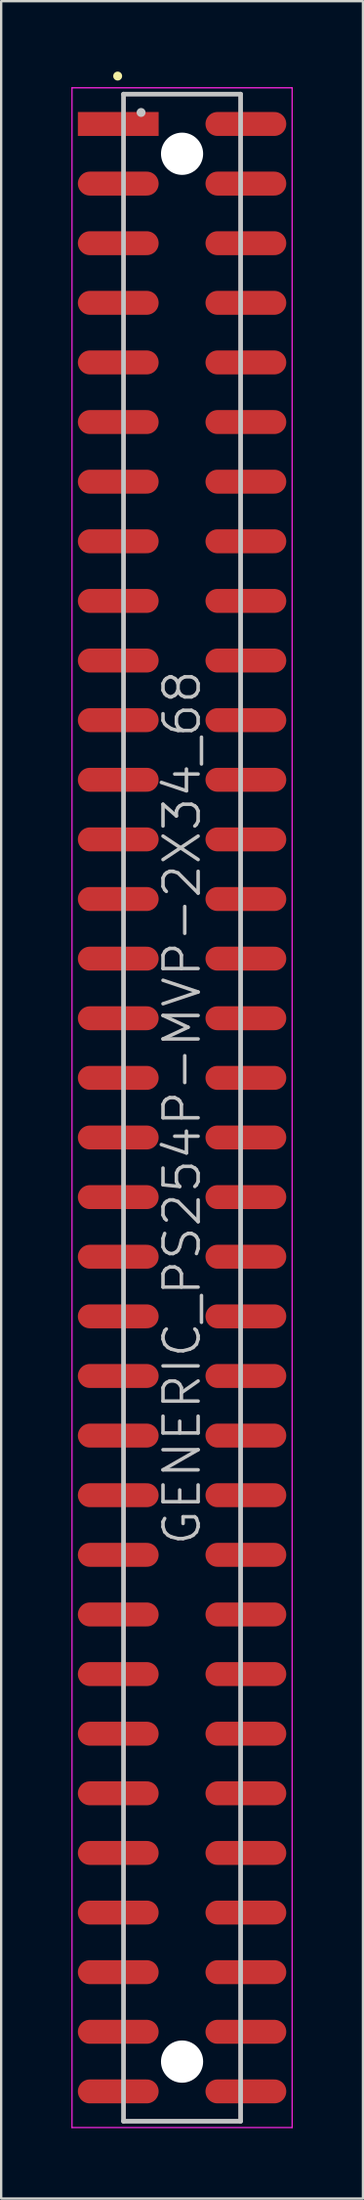
<source format=kicad_pcb>
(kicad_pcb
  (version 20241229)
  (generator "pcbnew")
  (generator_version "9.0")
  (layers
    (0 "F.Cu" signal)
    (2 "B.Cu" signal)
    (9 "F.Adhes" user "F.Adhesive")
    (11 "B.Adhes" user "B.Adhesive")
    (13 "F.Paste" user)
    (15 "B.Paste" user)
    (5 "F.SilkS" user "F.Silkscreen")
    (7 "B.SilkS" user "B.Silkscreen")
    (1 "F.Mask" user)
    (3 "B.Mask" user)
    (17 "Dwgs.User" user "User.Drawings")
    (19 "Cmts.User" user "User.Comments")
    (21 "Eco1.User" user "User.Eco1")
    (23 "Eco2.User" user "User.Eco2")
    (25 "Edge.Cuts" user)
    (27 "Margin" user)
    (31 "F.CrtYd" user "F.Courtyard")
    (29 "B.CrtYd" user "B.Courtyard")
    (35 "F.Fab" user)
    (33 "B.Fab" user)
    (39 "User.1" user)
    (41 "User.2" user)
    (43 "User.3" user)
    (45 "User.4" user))
  (footprint "GENERIC_PS254P-MVP-2X34_68"
    (layer "F.Cu")
    (at 4.725 44.141)
    (property "Reference" "GENERIC_PS254P-MVP-2X34_68" (at 0 0 90) (layer "Dwgs.User") (effects (font (size 1.5 1.5) (thickness 0.15))))
    (attr smd)
    (fp_line (start -2.75 -43.95) (end -2.75 -43.95) (stroke (width 0.381) (type solid)) (layer "F.SilkS"))
    (fp_line (start -2.5 -43.18) (end -2.5 43.18) (stroke (width 0.2) (type solid)) (layer "Dwgs.User"))
    (fp_line (start -2.5 -43.18) (end 2.5 -43.18) (stroke (width 0.2) (type solid)) (layer "Dwgs.User"))
    (fp_line (start -2.5 43.18) (end 2.5 43.18) (stroke (width 0.2) (type solid)) (layer "Dwgs.User"))
    (fp_line (start -1.75 -42.4) (end -1.75 -42.4) (stroke (width 0.381) (type solid)) (layer "Dwgs.User"))
    (fp_line (start 2.5 -43.18) (end 2.5 43.18) (stroke (width 0.2) (type solid)) (layer "Dwgs.User"))
    (fp_line (start -4.7 -43.45) (end -4.7 43.45) (stroke (width 0.05) (type solid)) (layer "F.CrtYd"))
    (fp_line (start -4.7 -43.45) (end 4.7 -43.45) (stroke (width 0.05) (type solid)) (layer "F.CrtYd"))
    (fp_line (start -4.7 43.45) (end 4.7 43.45) (stroke (width 0.05) (type solid)) (layer "F.CrtYd"))
    (fp_line (start 4.7 -43.45) (end 4.7 43.45) (stroke (width 0.05) (type solid)) (layer "F.CrtYd"))
    (pad "" np_thru_hole circle (at 0 -40.64 270) (size 1.8 1.8) (drill 1.8) (layers "*.Cu" "*.Mask"))
    (pad "" np_thru_hole circle (at 0 40.64 270) (size 1.8 1.8) (drill 1.8) (layers "*.Cu" "*.Mask"))
    (pad "1" smd rect (at -2.725 -41.91 270) (size 1.02 3.45) (layers "F.Cu" "F.Mask" "F.Paste"))
    (pad "2" smd oval (at 2.725 -41.91 270) (size 1.02 3.45) (layers "F.Cu" "F.Mask" "F.Paste"))
    (pad "3" smd oval (at -2.725 -39.37 270) (size 1.02 3.45) (layers "F.Cu" "F.Mask" "F.Paste"))
    (pad "4" smd oval (at 2.725 -39.37 270) (size 1.02 3.45) (layers "F.Cu" "F.Mask" "F.Paste"))
    (pad "5" smd oval (at -2.725 -36.83 270) (size 1.02 3.45) (layers "F.Cu" "F.Mask" "F.Paste"))
    (pad "6" smd oval (at 2.725 -36.83 270) (size 1.02 3.45) (layers "F.Cu" "F.Mask" "F.Paste"))
    (pad "7" smd oval (at -2.725 -34.29 270) (size 1.02 3.45) (layers "F.Cu" "F.Mask" "F.Paste"))
    (pad "8" smd oval (at 2.725 -34.29 270) (size 1.02 3.45) (layers "F.Cu" "F.Mask" "F.Paste"))
    (pad "9" smd oval (at -2.725 -31.75 270) (size 1.02 3.45) (layers "F.Cu" "F.Mask" "F.Paste"))
    (pad "10" smd oval (at 2.725 -31.75 270) (size 1.02 3.45) (layers "F.Cu" "F.Mask" "F.Paste"))
    (pad "11" smd oval (at -2.725 -29.21 270) (size 1.02 3.45) (layers "F.Cu" "F.Mask" "F.Paste"))
    (pad "12" smd oval (at 2.725 -29.21 270) (size 1.02 3.45) (layers "F.Cu" "F.Mask" "F.Paste"))
    (pad "13" smd oval (at -2.725 -26.67 270) (size 1.02 3.45) (layers "F.Cu" "F.Mask" "F.Paste"))
    (pad "14" smd oval (at 2.725 -26.67 270) (size 1.02 3.45) (layers "F.Cu" "F.Mask" "F.Paste"))
    (pad "15" smd oval (at -2.725 -24.13 270) (size 1.02 3.45) (layers "F.Cu" "F.Mask" "F.Paste"))
    (pad "16" smd oval (at 2.725 -24.13 270) (size 1.02 3.45) (layers "F.Cu" "F.Mask" "F.Paste"))
    (pad "17" smd oval (at -2.725 -21.59 270) (size 1.02 3.45) (layers "F.Cu" "F.Mask" "F.Paste"))
    (pad "18" smd oval (at 2.725 -21.59 270) (size 1.02 3.45) (layers "F.Cu" "F.Mask" "F.Paste"))
    (pad "19" smd oval (at -2.725 -19.05 270) (size 1.02 3.45) (layers "F.Cu" "F.Mask" "F.Paste"))
    (pad "20" smd oval (at 2.725 -19.05 270) (size 1.02 3.45) (layers "F.Cu" "F.Mask" "F.Paste"))
    (pad "21" smd oval (at -2.725 -16.51 270) (size 1.02 3.45) (layers "F.Cu" "F.Mask" "F.Paste"))
    (pad "22" smd oval (at 2.725 -16.51 270) (size 1.02 3.45) (layers "F.Cu" "F.Mask" "F.Paste"))
    (pad "23" smd oval (at -2.725 -13.97 270) (size 1.02 3.45) (layers "F.Cu" "F.Mask" "F.Paste"))
    (pad "24" smd oval (at 2.725 -13.97 270) (size 1.02 3.45) (layers "F.Cu" "F.Mask" "F.Paste"))
    (pad "25" smd oval (at -2.725 -11.43 270) (size 1.02 3.45) (layers "F.Cu" "F.Mask" "F.Paste"))
    (pad "26" smd oval (at 2.725 -11.43 270) (size 1.02 3.45) (layers "F.Cu" "F.Mask" "F.Paste"))
    (pad "27" smd oval (at -2.725 -8.89 270) (size 1.02 3.45) (layers "F.Cu" "F.Mask" "F.Paste"))
    (pad "28" smd oval (at 2.725 -8.89 270) (size 1.02 3.45) (layers "F.Cu" "F.Mask" "F.Paste"))
    (pad "29" smd oval (at -2.725 -6.35 270) (size 1.02 3.45) (layers "F.Cu" "F.Mask" "F.Paste"))
    (pad "30" smd oval (at 2.725 -6.35 270) (size 1.02 3.45) (layers "F.Cu" "F.Mask" "F.Paste"))
    (pad "31" smd oval (at -2.725 -3.81 270) (size 1.02 3.45) (layers "F.Cu" "F.Mask" "F.Paste"))
    (pad "32" smd oval (at 2.725 -3.81 270) (size 1.02 3.45) (layers "F.Cu" "F.Mask" "F.Paste"))
    (pad "33" smd oval (at -2.725 -1.27 270) (size 1.02 3.45) (layers "F.Cu" "F.Mask" "F.Paste"))
    (pad "34" smd oval (at 2.725 -1.27 270) (size 1.02 3.45) (layers "F.Cu" "F.Mask" "F.Paste"))
    (pad "35" smd oval (at -2.725 1.27 270) (size 1.02 3.45) (layers "F.Cu" "F.Mask" "F.Paste"))
    (pad "36" smd oval (at 2.725 1.27 270) (size 1.02 3.45) (layers "F.Cu" "F.Mask" "F.Paste"))
    (pad "37" smd oval (at -2.725 3.81 270) (size 1.02 3.45) (layers "F.Cu" "F.Mask" "F.Paste"))
    (pad "38" smd oval (at 2.725 3.81 270) (size 1.02 3.45) (layers "F.Cu" "F.Mask" "F.Paste"))
    (pad "39" smd oval (at -2.725 6.35 270) (size 1.02 3.45) (layers "F.Cu" "F.Mask" "F.Paste"))
    (pad "40" smd oval (at 2.725 6.35 270) (size 1.02 3.45) (layers "F.Cu" "F.Mask" "F.Paste"))
    (pad "41" smd oval (at -2.725 8.89 270) (size 1.02 3.45) (layers "F.Cu" "F.Mask" "F.Paste"))
    (pad "42" smd oval (at 2.725 8.89 270) (size 1.02 3.45) (layers "F.Cu" "F.Mask" "F.Paste"))
    (pad "43" smd oval (at -2.725 11.43 270) (size 1.02 3.45) (layers "F.Cu" "F.Mask" "F.Paste"))
    (pad "44" smd oval (at 2.725 11.43 270) (size 1.02 3.45) (layers "F.Cu" "F.Mask" "F.Paste"))
    (pad "45" smd oval (at -2.725 13.97 270) (size 1.02 3.45) (layers "F.Cu" "F.Mask" "F.Paste"))
    (pad "46" smd oval (at 2.725 13.97 270) (size 1.02 3.45) (layers "F.Cu" "F.Mask" "F.Paste"))
    (pad "47" smd oval (at -2.725 16.51 270) (size 1.02 3.45) (layers "F.Cu" "F.Mask" "F.Paste"))
    (pad "48" smd oval (at 2.725 16.51 270) (size 1.02 3.45) (layers "F.Cu" "F.Mask" "F.Paste"))
    (pad "49" smd oval (at -2.725 19.05 270) (size 1.02 3.45) (layers "F.Cu" "F.Mask" "F.Paste"))
    (pad "50" smd oval (at 2.725 19.05 270) (size 1.02 3.45) (layers "F.Cu" "F.Mask" "F.Paste"))
    (pad "51" smd oval (at -2.725 21.59 270) (size 1.02 3.45) (layers "F.Cu" "F.Mask" "F.Paste"))
    (pad "52" smd oval (at 2.725 21.59 270) (size 1.02 3.45) (layers "F.Cu" "F.Mask" "F.Paste"))
    (pad "53" smd oval (at -2.725 24.13 270) (size 1.02 3.45) (layers "F.Cu" "F.Mask" "F.Paste"))
    (pad "54" smd oval (at 2.725 24.13 270) (size 1.02 3.45) (layers "F.Cu" "F.Mask" "F.Paste"))
    (pad "55" smd oval (at -2.725 26.67 270) (size 1.02 3.45) (layers "F.Cu" "F.Mask" "F.Paste"))
    (pad "56" smd oval (at 2.725 26.67 270) (size 1.02 3.45) (layers "F.Cu" "F.Mask" "F.Paste"))
    (pad "57" smd oval (at -2.725 29.21 270) (size 1.02 3.45) (layers "F.Cu" "F.Mask" "F.Paste"))
    (pad "58" smd oval (at 2.725 29.21 270) (size 1.02 3.45) (layers "F.Cu" "F.Mask" "F.Paste"))
    (pad "59" smd oval (at -2.725 31.75 270) (size 1.02 3.45) (layers "F.Cu" "F.Mask" "F.Paste"))
    (pad "60" smd oval (at 2.725 31.75 270) (size 1.02 3.45) (layers "F.Cu" "F.Mask" "F.Paste"))
    (pad "61" smd oval (at -2.725 34.29 270) (size 1.02 3.45) (layers "F.Cu" "F.Mask" "F.Paste"))
    (pad "62" smd oval (at 2.725 34.29 270) (size 1.02 3.45) (layers "F.Cu" "F.Mask" "F.Paste"))
    (pad "63" smd oval (at -2.725 36.83 270) (size 1.02 3.45) (layers "F.Cu" "F.Mask" "F.Paste"))
    (pad "64" smd oval (at 2.725 36.83 270) (size 1.02 3.45) (layers "F.Cu" "F.Mask" "F.Paste"))
    (pad "65" smd oval (at -2.725 39.37 270) (size 1.02 3.45) (layers "F.Cu" "F.Mask" "F.Paste"))
    (pad "66" smd oval (at 2.725 39.37 270) (size 1.02 3.45) (layers "F.Cu" "F.Mask" "F.Paste"))
    (pad "67" smd oval (at -2.725 41.91 270) (size 1.02 3.45) (layers "F.Cu" "F.Mask" "F.Paste"))
    (pad "68" smd oval (at 2.725 41.91 270) (size 1.02 3.45) (layers "F.Cu" "F.Mask" "F.Paste")))
  (gr_rect
    (start -3 -3)
    (end 12.45 90.615)
    (stroke (width 0.1) (type default))
    (fill no)
    (layer "Edge.Cuts")))
</source>
